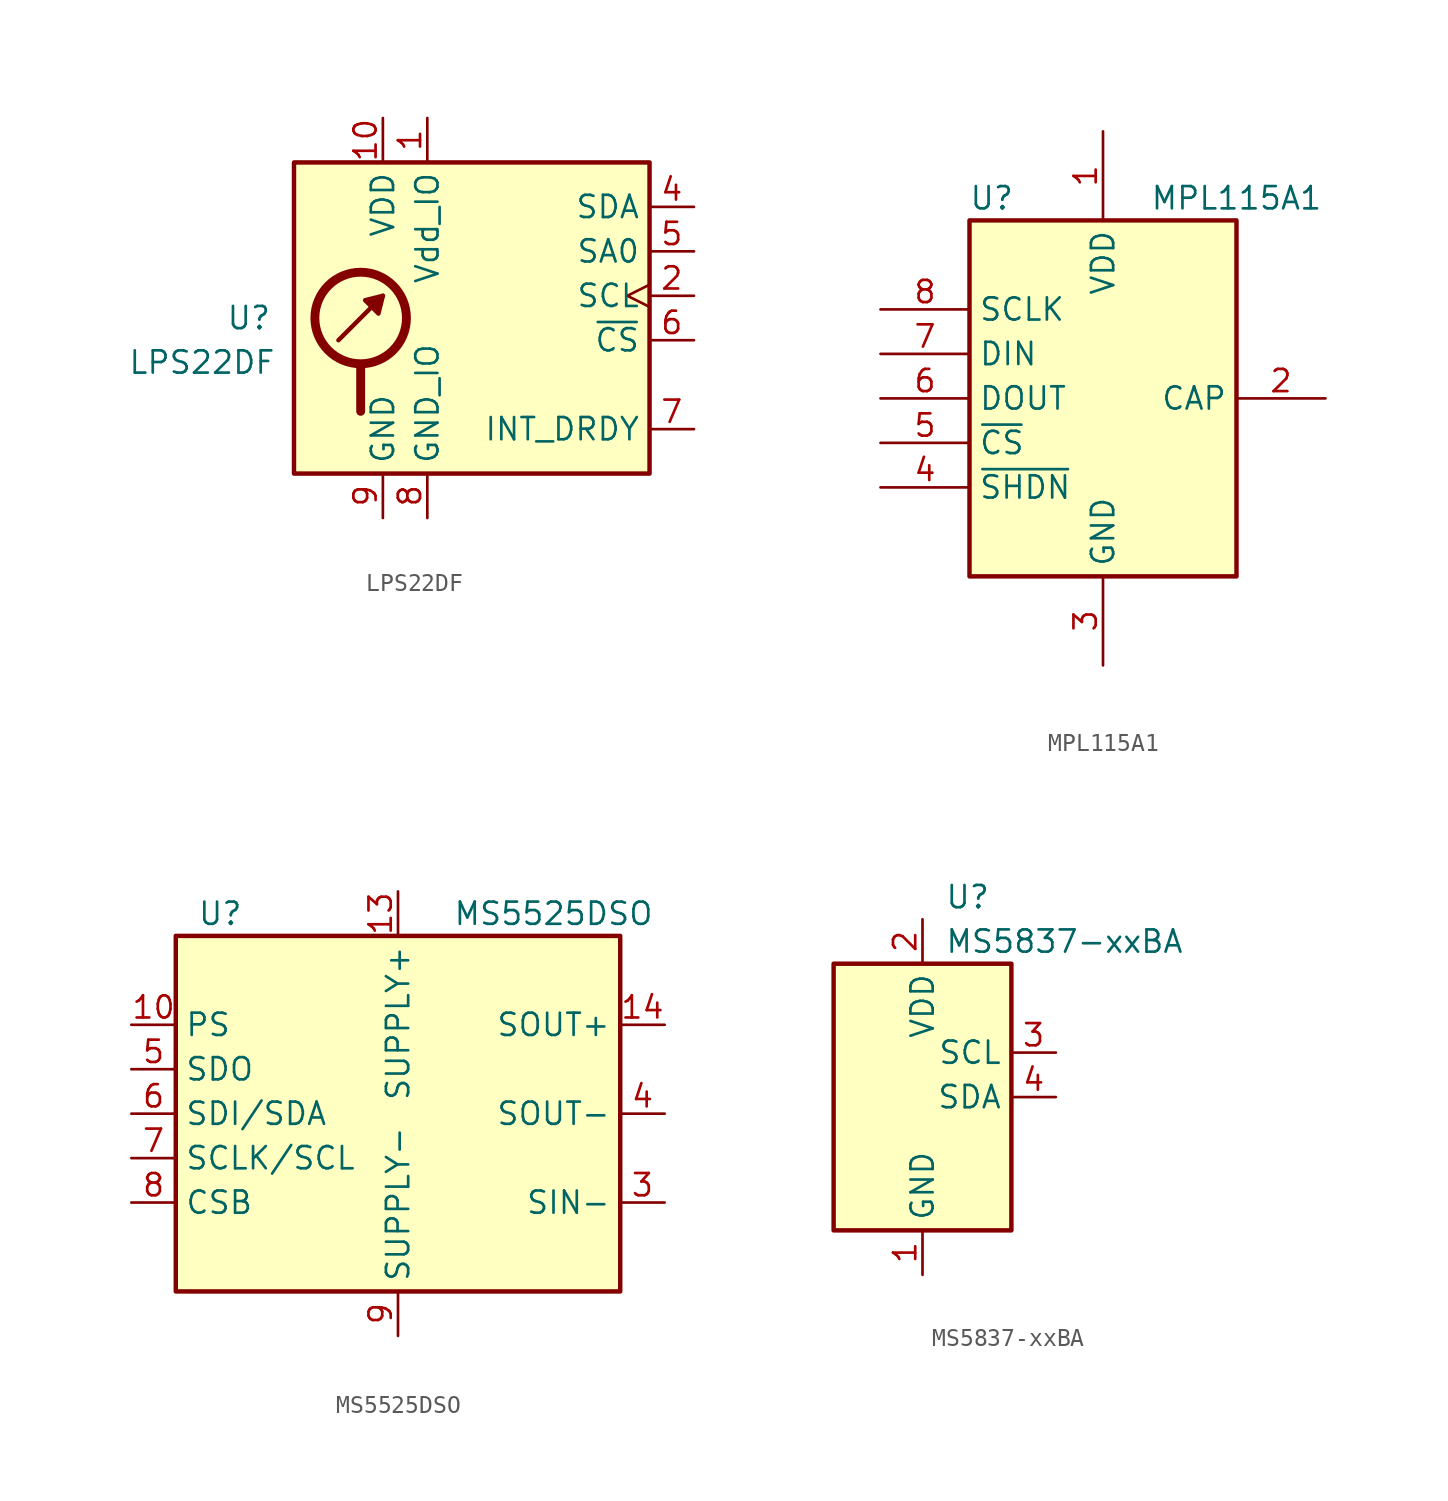
<source format=kicad_sym>
(kicad_symbol_lib
  (version 20231120)
  (generator "kicad_symbol_editor")
  (generator_version "8.0")
  (symbol "LPS22DF"
    (property "Reference" "U"
      (at -11.43 1.27 0)
      (effects (font (size 1.27 1.27)) (justify right)))
    (property "Value" "LPS22DF"
      (at -11.176 -1.27 0)
      (effects (font (size 1.27 1.27)) (justify right)))
    (symbol "LPS22DF_0_1"
      (rectangle (start -10.16 10.16) (end 10.16 -7.62) (stroke (width 0.254) (type default)) (fill (type background)))
      (circle (center -6.35 1.27) (radius 2.616) (stroke (width 0.508) (type default)) (fill (type none)))
      (polyline (pts (xy -7.62 0) (xy -5.08 2.54)) (stroke (width 0.254) (type default)) (fill (type none)))
      (polyline (pts (xy -6.35 -1.524) (xy -6.35 -4.064)) (stroke (width 0.508) (type default)) (fill (type none)))
      (polyline (pts (xy -5.08 2.54) (xy -5.334 1.524) (xy -6.096 2.286) (xy -5.08 2.54)) (stroke (width 0.254) (type default)) (fill (type outline))))
    (symbol "LPS22DF_1_1"
      (pin power_in line (at -2.54 12.7 270) (length 2.54) (name "Vdd_IO" (effects (font (size 1.27 1.27)))) (number "1" (effects (font (size 1.27 1.27)))))
      (pin power_in line (at -5.08 12.7 270) (length 2.54) (name "VDD" (effects (font (size 1.27 1.27)))) (number "10" (effects (font (size 1.27 1.27)))))
      (pin input clock (at 12.7 2.54 180) (length 2.54) (name "SCL" (effects (font (size 1.27 1.27)))) (number "2" (effects (font (size 1.27 1.27)))) (alternate "SPC" input clock))
      (pin passive line (at -5.08 -10.16 90) (length 2.54) hide (name "GND" (effects (font (size 1.27 1.27)))) (number "3" (effects (font (size 1.27 1.27)))))
      (pin bidirectional line (at 12.7 7.62 180) (length 2.54) (name "SDA" (effects (font (size 1.27 1.27)))) (number "4" (effects (font (size 1.27 1.27)))) (alternate "SDI" input line) (alternate "SDI/SDO" bidirectional line))
      (pin input line (at 12.7 5.08 180) (length 2.54) (name "SA0" (effects (font (size 1.27 1.27)))) (number "5" (effects (font (size 1.27 1.27)))) (alternate "SDO" output line))
      (pin input line (at 12.7 0 180) (length 2.54) (name "~{CS}" (effects (font (size 1.27 1.27)))) (number "6" (effects (font (size 1.27 1.27)))))
      (pin output line (at 12.7 -5.08 180) (length 2.54) (name "INT_DRDY" (effects (font (size 1.27 1.27)))) (number "7" (effects (font (size 1.27 1.27)))))
      (pin power_in line (at -2.54 -10.16 90) (length 2.54) (name "GND_IO" (effects (font (size 1.27 1.27)))) (number "8" (effects (font (size 1.27 1.27)))))
      (pin power_in line (at -5.08 -10.16 90) (length 2.54) (name "GND" (effects (font (size 1.27 1.27)))) (number "9" (effects (font (size 1.27 1.27)))))))
  (symbol "MPL115A1"
    (property "Reference" "U"
      (at -6.35 11.43 0)
      (effects (font (size 1.27 1.27))))
    (property "Value" "MPL115A1"
      (at 7.62 11.43 0)
      (effects (font (size 1.27 1.27))))
    (symbol "MPL115A1_0_1"
      (rectangle (start 7.62 10.16) (end -7.62 -10.16) (stroke (width 0.254) (type default)) (fill (type background))))
    (symbol "MPL115A1_1_1"
      (pin power_in line (at 0 15.24 270) (length 5.08) (name "VDD" (effects (font (size 1.27 1.27)))) (number "1" (effects (font (size 1.27 1.27)))))
      (pin passive line (at 12.7 0 180) (length 5.08) (name "CAP" (effects (font (size 1.27 1.27)))) (number "2" (effects (font (size 1.27 1.27)))))
      (pin power_in line (at 0 -15.24 90) (length 5.08) (name "GND" (effects (font (size 1.27 1.27)))) (number "3" (effects (font (size 1.27 1.27)))))
      (pin input line (at -12.7 -5.08 0) (length 5.08) (name "~{SHDN}" (effects (font (size 1.27 1.27)))) (number "4" (effects (font (size 1.27 1.27)))))
      (pin input line (at -12.7 -2.54 0) (length 5.08) (name "~{CS}" (effects (font (size 1.27 1.27)))) (number "5" (effects (font (size 1.27 1.27)))))
      (pin output line (at -12.7 0 0) (length 5.08) (name "DOUT" (effects (font (size 1.27 1.27)))) (number "6" (effects (font (size 1.27 1.27)))))
      (pin input line (at -12.7 2.54 0) (length 5.08) (name "DIN" (effects (font (size 1.27 1.27)))) (number "7" (effects (font (size 1.27 1.27)))))
      (pin input line (at -12.7 5.08 0) (length 5.08) (name "SCLK" (effects (font (size 1.27 1.27)))) (number "8" (effects (font (size 1.27 1.27)))))))
  (symbol "MS5525DSO"
    (property "Reference" "U"
      (at -10.16 11.43 0)
      (effects (font (size 1.27 1.27))))
    (property "Value" "MS5525DSO"
      (at 8.89 11.43 0)
      (effects (font (size 1.27 1.27))))
    (symbol "MS5525DSO_0_1"
      (rectangle (start -12.7 10.16) (end 12.7 -10.16) (stroke (width 0.254) (type default)) (fill (type background))))
    (symbol "MS5525DSO_1_1"
      (pin passive line (at 15.24 -5.08 180) (length 2.54) hide (name "SIN-" (effects (font (size 1.27 1.27)))) (number "1" (effects (font (size 1.27 1.27)))))
      (pin input line (at -15.24 5.08 0) (length 2.54) (name "PS" (effects (font (size 1.27 1.27)))) (number "10" (effects (font (size 1.27 1.27)))))
      (pin passive line (at 0 12.7 270) (length 2.54) hide (name "SUPPLY+" (effects (font (size 1.27 1.27)))) (number "11" (effects (font (size 1.27 1.27)))))
      (pin passive line (at 15.24 5.08 180) (length 2.54) hide (name "SOUT+" (effects (font (size 1.27 1.27)))) (number "12" (effects (font (size 1.27 1.27)))))
      (pin power_in line (at 0 12.7 270) (length 2.54) (name "SUPPLY+" (effects (font (size 1.27 1.27)))) (number "13" (effects (font (size 1.27 1.27)))))
      (pin passive line (at 15.24 5.08 180) (length 2.54) (name "SOUT+" (effects (font (size 1.27 1.27)))) (number "14" (effects (font (size 1.27 1.27)))))
      (pin passive line (at 15.24 0 180) (length 2.54) hide (name "SOUT-" (effects (font (size 1.27 1.27)))) (number "2" (effects (font (size 1.27 1.27)))))
      (pin passive line (at 15.24 -5.08 180) (length 2.54) (name "SIN-" (effects (font (size 1.27 1.27)))) (number "3" (effects (font (size 1.27 1.27)))))
      (pin passive line (at 15.24 0 180) (length 2.54) (name "SOUT-" (effects (font (size 1.27 1.27)))) (number "4" (effects (font (size 1.27 1.27)))))
      (pin output line (at -15.24 2.54 0) (length 2.54) (name "SDO" (effects (font (size 1.27 1.27)))) (number "5" (effects (font (size 1.27 1.27)))))
      (pin input line (at -15.24 0 0) (length 2.54) (name "SDI/SDA" (effects (font (size 1.27 1.27)))) (number "6" (effects (font (size 1.27 1.27)))))
      (pin input line (at -15.24 -2.54 0) (length 2.54) (name "SCLK/SCL" (effects (font (size 1.27 1.27)))) (number "7" (effects (font (size 1.27 1.27)))))
      (pin input line (at -15.24 -5.08 0) (length 2.54) (name "CSB" (effects (font (size 1.27 1.27)))) (number "8" (effects (font (size 1.27 1.27)))))
      (pin power_in line (at 0 -12.7 90) (length 2.54) (name "SUPPLY-" (effects (font (size 1.27 1.27)))) (number "9" (effects (font (size 1.27 1.27)))))))
  (symbol "MS5837-xxBA"
    (property "Reference" "U"
      (at 1.27 11.43 0)
      (effects (font (size 1.27 1.27)) (justify left)))
    (property "Value" "MS5837-xxBA"
      (at 1.27 8.89 0)
      (effects (font (size 1.27 1.27)) (justify left)))
    (symbol "MS5837-xxBA_0_1"
      (rectangle (start -5.08 7.62) (end 5.08 -7.62) (stroke (width 0.254) (type default)) (fill (type background))))
    (symbol "MS5837-xxBA_1_1"
      (pin power_in line (at 0 -10.16 90) (length 2.54) (name "GND" (effects (font (size 1.27 1.27)))) (number "1" (effects (font (size 1.27 1.27)))))
      (pin power_in line (at 0 10.16 270) (length 2.54) (name "VDD" (effects (font (size 1.27 1.27)))) (number "2" (effects (font (size 1.27 1.27)))))
      (pin passive line (at 7.62 2.54 180) (length 2.54) (name "SCL" (effects (font (size 1.27 1.27)))) (number "3" (effects (font (size 1.27 1.27)))))
      (pin bidirectional line (at 7.62 0 180) (length 2.54) (name "SDA" (effects (font (size 1.27 1.27)))) (number "4" (effects (font (size 1.27 1.27))))))))
</source>
